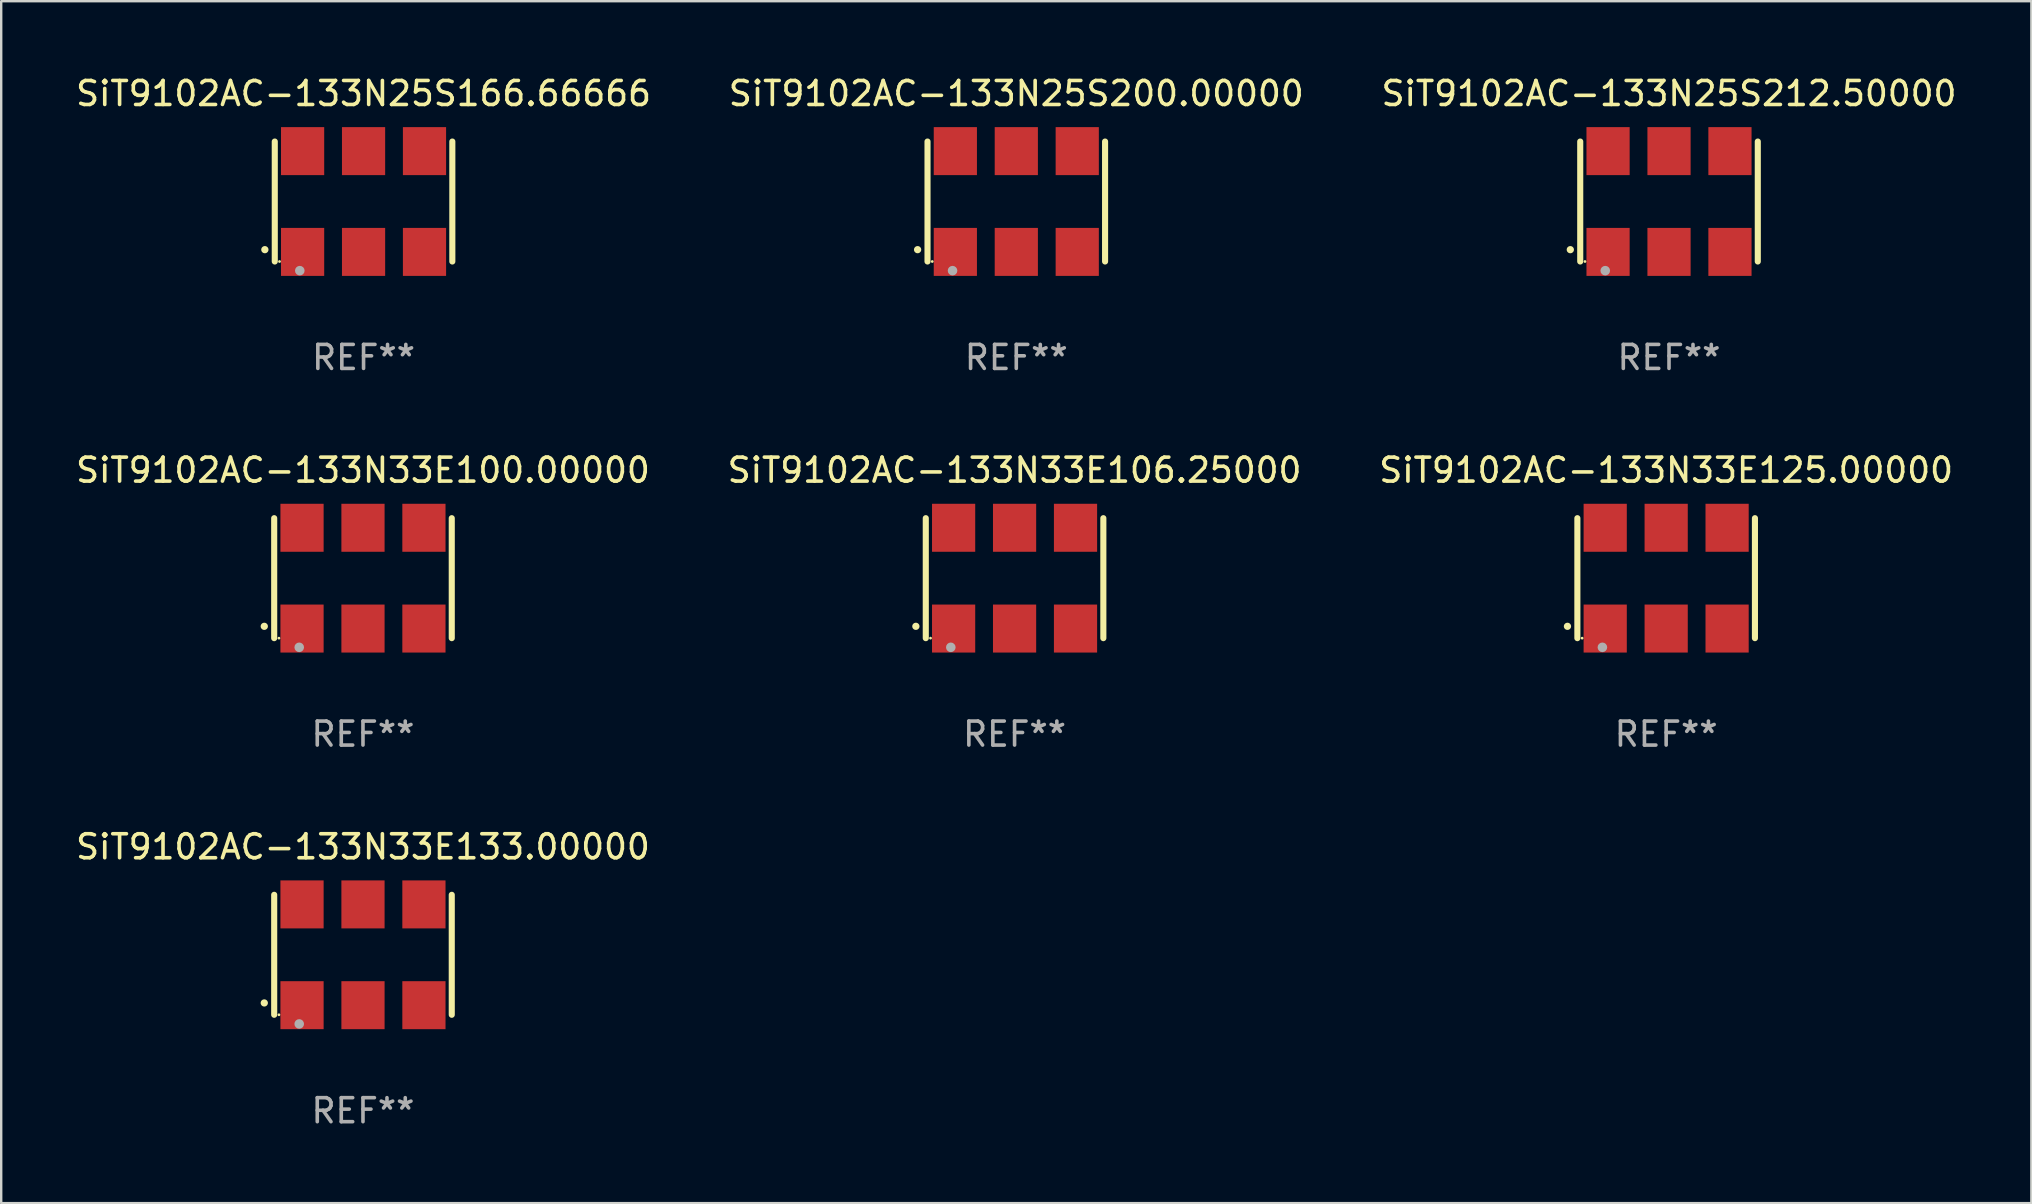
<source format=kicad_pcb>
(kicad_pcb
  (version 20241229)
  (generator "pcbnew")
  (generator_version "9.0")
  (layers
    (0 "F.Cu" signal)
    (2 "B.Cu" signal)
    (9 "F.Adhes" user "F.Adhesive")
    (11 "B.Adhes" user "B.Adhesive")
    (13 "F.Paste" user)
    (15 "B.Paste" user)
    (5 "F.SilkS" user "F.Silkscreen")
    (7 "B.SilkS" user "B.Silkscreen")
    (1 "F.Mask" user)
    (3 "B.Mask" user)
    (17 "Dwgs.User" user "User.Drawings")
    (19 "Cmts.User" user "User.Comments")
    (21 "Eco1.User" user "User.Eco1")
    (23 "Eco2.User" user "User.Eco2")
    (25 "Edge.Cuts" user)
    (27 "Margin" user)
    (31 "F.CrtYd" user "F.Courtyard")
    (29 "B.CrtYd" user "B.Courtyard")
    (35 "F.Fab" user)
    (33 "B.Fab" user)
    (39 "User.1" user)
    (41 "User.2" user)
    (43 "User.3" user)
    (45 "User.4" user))
  (footprint "SiT9102AC-133N25S166.66666"
    (layer "F.Cu")
    (at 12.101 5.348)
    (property "Reference" "SiT9102AC-133N25S166.66666" (at 0 -4.5 0) (layer "F.SilkS") (effects (font (size 1 1) (thickness 0.15))))
    (attr through_hole)
    (fp_line (start -3.7 -2.5) (end -3.7 2.5) (stroke (width 0.254) (type solid)) (layer "F.SilkS"))
    (fp_line (start 3.7 -2.5) (end 3.7 2.5) (stroke (width 0.254) (type solid)) (layer "F.SilkS"))
    (fp_arc (start -4.114415 2.006604) (mid -4.113145 2.006599) (end -4.111875 2.006604) (stroke (width 0.3) (type solid)) (layer "F.SilkS"))
    (fp_circle (center -3.502 2.5) (end -3.472 2.5) (stroke (width 0.06) (type solid)) (fill no) (layer "F.SilkS"))
    (fp_circle (center -2.657 2.882) (end -2.557 2.882) (stroke (width 0.2) (type solid)) (fill no) (layer "F.Fab"))
    (fp_text user "REF**" (at 0 6.5 0) (layer "F.Fab") (effects (font (size 1 1) (thickness 0.15))))
    (pad "1" smd rect (at -2.54 2.1) (size 1.8 2) (layers "F.Cu" "F.Mask" "F.Paste"))
    (pad "2" smd rect (at 0.000394 2.1) (size 1.8 2) (layers "F.Cu" "F.Mask" "F.Paste"))
    (pad "3" smd rect (at 2.54 2.1) (size 1.8 2) (layers "F.Cu" "F.Mask" "F.Paste"))
    (pad "4" smd rect (at 2.54 -2.1) (size 1.8 2) (layers "F.Cu" "F.Mask" "F.Paste"))
    (pad "5" smd rect (at 0.000394 -2.1) (size 1.8 2) (layers "F.Cu" "F.Mask" "F.Paste"))
    (pad "6" smd rect (at -2.54 -2.1) (size 1.8 2) (layers "F.Cu" "F.Mask" "F.Paste")))
  (footprint "SiT9102AC-133N25S212.50000"
    (layer "F.Cu")
    (at 66.506 5.348)
    (property "Reference" "SiT9102AC-133N25S212.50000" (at 0 -4.5 0) (layer "F.SilkS") (effects (font (size 1 1) (thickness 0.15))))
    (attr through_hole)
    (fp_line (start -3.7 -2.5) (end -3.7 2.5) (stroke (width 0.254) (type solid)) (layer "F.SilkS"))
    (fp_line (start 3.7 -2.5) (end 3.7 2.5) (stroke (width 0.254) (type solid)) (layer "F.SilkS"))
    (fp_arc (start -4.114415 2.006604) (mid -4.113145 2.006599) (end -4.111875 2.006604) (stroke (width 0.3) (type solid)) (layer "F.SilkS"))
    (fp_circle (center -3.502 2.5) (end -3.472 2.5) (stroke (width 0.06) (type solid)) (fill no) (layer "F.SilkS"))
    (fp_circle (center -2.657 2.882) (end -2.557 2.882) (stroke (width 0.2) (type solid)) (fill no) (layer "F.Fab"))
    (fp_text user "REF**" (at 0 6.5 0) (layer "F.Fab") (effects (font (size 1 1) (thickness 0.15))))
    (pad "1" smd rect (at -2.54 2.1) (size 1.8 2) (layers "F.Cu" "F.Mask" "F.Paste"))
    (pad "2" smd rect (at 0.000394 2.1) (size 1.8 2) (layers "F.Cu" "F.Mask" "F.Paste"))
    (pad "3" smd rect (at 2.54 2.1) (size 1.8 2) (layers "F.Cu" "F.Mask" "F.Paste"))
    (pad "4" smd rect (at 2.54 -2.1) (size 1.8 2) (layers "F.Cu" "F.Mask" "F.Paste"))
    (pad "5" smd rect (at 0.000394 -2.1) (size 1.8 2) (layers "F.Cu" "F.Mask" "F.Paste"))
    (pad "6" smd rect (at -2.54 -2.1) (size 1.8 2) (layers "F.Cu" "F.Mask" "F.Paste")))
  (footprint "SiT9102AC-133N33E133.00000"
    (layer "F.Cu")
    (at 12.077 36.741)
    (property "Reference" "SiT9102AC-133N33E133.00000" (at 0 -4.5 0) (layer "F.SilkS") (effects (font (size 1 1) (thickness 0.15))))
    (attr through_hole)
    (fp_line (start -3.7 -2.5) (end -3.7 2.5) (stroke (width 0.254) (type solid)) (layer "F.SilkS"))
    (fp_line (start 3.7 -2.5) (end 3.7 2.5) (stroke (width 0.254) (type solid)) (layer "F.SilkS"))
    (fp_arc (start -4.114415 2.006604) (mid -4.113145 2.006599) (end -4.111875 2.006604) (stroke (width 0.3) (type solid)) (layer "F.SilkS"))
    (fp_circle (center -3.502 2.5) (end -3.472 2.5) (stroke (width 0.06) (type solid)) (fill no) (layer "F.SilkS"))
    (fp_circle (center -2.657 2.882) (end -2.557 2.882) (stroke (width 0.2) (type solid)) (fill no) (layer "F.Fab"))
    (fp_text user "REF**" (at 0 6.5 0) (layer "F.Fab") (effects (font (size 1 1) (thickness 0.15))))
    (pad "1" smd rect (at -2.54 2.1) (size 1.8 2) (layers "F.Cu" "F.Mask" "F.Paste"))
    (pad "2" smd rect (at 0.000394 2.1) (size 1.8 2) (layers "F.Cu" "F.Mask" "F.Paste"))
    (pad "3" smd rect (at 2.54 2.1) (size 1.8 2) (layers "F.Cu" "F.Mask" "F.Paste"))
    (pad "4" smd rect (at 2.54 -2.1) (size 1.8 2) (layers "F.Cu" "F.Mask" "F.Paste"))
    (pad "5" smd rect (at 0.000394 -2.1) (size 1.8 2) (layers "F.Cu" "F.Mask" "F.Paste"))
    (pad "6" smd rect (at -2.54 -2.1) (size 1.8 2) (layers "F.Cu" "F.Mask" "F.Paste")))
  (footprint "SiT9102AC-133N33E125.00000"
    (layer "F.Cu")
    (at 66.387 21.045)
    (property "Reference" "SiT9102AC-133N33E125.00000" (at 0 -4.5 0) (layer "F.SilkS") (effects (font (size 1 1) (thickness 0.15))))
    (attr through_hole)
    (fp_line (start -3.7 -2.5) (end -3.7 2.5) (stroke (width 0.254) (type solid)) (layer "F.SilkS"))
    (fp_line (start 3.7 -2.5) (end 3.7 2.5) (stroke (width 0.254) (type solid)) (layer "F.SilkS"))
    (fp_arc (start -4.114415 2.006604) (mid -4.113145 2.006599) (end -4.111875 2.006604) (stroke (width 0.3) (type solid)) (layer "F.SilkS"))
    (fp_circle (center -3.502 2.5) (end -3.472 2.5) (stroke (width 0.06) (type solid)) (fill no) (layer "F.SilkS"))
    (fp_circle (center -2.657 2.882) (end -2.557 2.882) (stroke (width 0.2) (type solid)) (fill no) (layer "F.Fab"))
    (fp_text user "REF**" (at 0 6.5 0) (layer "F.Fab") (effects (font (size 1 1) (thickness 0.15))))
    (pad "1" smd rect (at -2.54 2.1) (size 1.8 2) (layers "F.Cu" "F.Mask" "F.Paste"))
    (pad "2" smd rect (at 0.000394 2.1) (size 1.8 2) (layers "F.Cu" "F.Mask" "F.Paste"))
    (pad "3" smd rect (at 2.54 2.1) (size 1.8 2) (layers "F.Cu" "F.Mask" "F.Paste"))
    (pad "4" smd rect (at 2.54 -2.1) (size 1.8 2) (layers "F.Cu" "F.Mask" "F.Paste"))
    (pad "5" smd rect (at 0.000394 -2.1) (size 1.8 2) (layers "F.Cu" "F.Mask" "F.Paste"))
    (pad "6" smd rect (at -2.54 -2.1) (size 1.8 2) (layers "F.Cu" "F.Mask" "F.Paste")))
  (footprint "SiT9102AC-133N33E106.25000"
    (layer "F.Cu")
    (at 39.232 21.045)
    (property "Reference" "SiT9102AC-133N33E106.25000" (at 0 -4.5 0) (layer "F.SilkS") (effects (font (size 1 1) (thickness 0.15))))
    (attr through_hole)
    (fp_line (start -3.7 -2.5) (end -3.7 2.5) (stroke (width 0.254) (type solid)) (layer "F.SilkS"))
    (fp_line (start 3.7 -2.5) (end 3.7 2.5) (stroke (width 0.254) (type solid)) (layer "F.SilkS"))
    (fp_arc (start -4.114415 2.006604) (mid -4.113145 2.006599) (end -4.111875 2.006604) (stroke (width 0.3) (type solid)) (layer "F.SilkS"))
    (fp_circle (center -3.502 2.5) (end -3.472 2.5) (stroke (width 0.06) (type solid)) (fill no) (layer "F.SilkS"))
    (fp_circle (center -2.657 2.882) (end -2.557 2.882) (stroke (width 0.2) (type solid)) (fill no) (layer "F.Fab"))
    (fp_text user "REF**" (at 0 6.5 0) (layer "F.Fab") (effects (font (size 1 1) (thickness 0.15))))
    (pad "1" smd rect (at -2.54 2.1) (size 1.8 2) (layers "F.Cu" "F.Mask" "F.Paste"))
    (pad "2" smd rect (at 0.000394 2.1) (size 1.8 2) (layers "F.Cu" "F.Mask" "F.Paste"))
    (pad "3" smd rect (at 2.54 2.1) (size 1.8 2) (layers "F.Cu" "F.Mask" "F.Paste"))
    (pad "4" smd rect (at 2.54 -2.1) (size 1.8 2) (layers "F.Cu" "F.Mask" "F.Paste"))
    (pad "5" smd rect (at 0.000394 -2.1) (size 1.8 2) (layers "F.Cu" "F.Mask" "F.Paste"))
    (pad "6" smd rect (at -2.54 -2.1) (size 1.8 2) (layers "F.Cu" "F.Mask" "F.Paste")))
  (footprint "SiT9102AC-133N25S200.00000"
    (layer "F.Cu")
    (at 39.304 5.348)
    (property "Reference" "SiT9102AC-133N25S200.00000" (at 0 -4.5 0) (layer "F.SilkS") (effects (font (size 1 1) (thickness 0.15))))
    (attr through_hole)
    (fp_line (start -3.7 -2.5) (end -3.7 2.5) (stroke (width 0.254) (type solid)) (layer "F.SilkS"))
    (fp_line (start 3.7 -2.5) (end 3.7 2.5) (stroke (width 0.254) (type solid)) (layer "F.SilkS"))
    (fp_arc (start -4.114415 2.006604) (mid -4.113145 2.006599) (end -4.111875 2.006604) (stroke (width 0.3) (type solid)) (layer "F.SilkS"))
    (fp_circle (center -3.502 2.5) (end -3.472 2.5) (stroke (width 0.06) (type solid)) (fill no) (layer "F.SilkS"))
    (fp_circle (center -2.657 2.882) (end -2.557 2.882) (stroke (width 0.2) (type solid)) (fill no) (layer "F.Fab"))
    (fp_text user "REF**" (at 0 6.5 0) (layer "F.Fab") (effects (font (size 1 1) (thickness 0.15))))
    (pad "1" smd rect (at -2.54 2.1) (size 1.8 2) (layers "F.Cu" "F.Mask" "F.Paste"))
    (pad "2" smd rect (at 0.000394 2.1) (size 1.8 2) (layers "F.Cu" "F.Mask" "F.Paste"))
    (pad "3" smd rect (at 2.54 2.1) (size 1.8 2) (layers "F.Cu" "F.Mask" "F.Paste"))
    (pad "4" smd rect (at 2.54 -2.1) (size 1.8 2) (layers "F.Cu" "F.Mask" "F.Paste"))
    (pad "5" smd rect (at 0.000394 -2.1) (size 1.8 2) (layers "F.Cu" "F.Mask" "F.Paste"))
    (pad "6" smd rect (at -2.54 -2.1) (size 1.8 2) (layers "F.Cu" "F.Mask" "F.Paste")))
  (footprint "SiT9102AC-133N33E100.00000"
    (layer "F.Cu")
    (at 12.077 21.045)
    (property "Reference" "SiT9102AC-133N33E100.00000" (at 0 -4.5 0) (layer "F.SilkS") (effects (font (size 1 1) (thickness 0.15))))
    (attr through_hole)
    (fp_line (start -3.7 -2.5) (end -3.7 2.5) (stroke (width 0.254) (type solid)) (layer "F.SilkS"))
    (fp_line (start 3.7 -2.5) (end 3.7 2.5) (stroke (width 0.254) (type solid)) (layer "F.SilkS"))
    (fp_arc (start -4.114415 2.006604) (mid -4.113145 2.006599) (end -4.111875 2.006604) (stroke (width 0.3) (type solid)) (layer "F.SilkS"))
    (fp_circle (center -3.502 2.5) (end -3.472 2.5) (stroke (width 0.06) (type solid)) (fill no) (layer "F.SilkS"))
    (fp_circle (center -2.657 2.882) (end -2.557 2.882) (stroke (width 0.2) (type solid)) (fill no) (layer "F.Fab"))
    (fp_text user "REF**" (at 0 6.5 0) (layer "F.Fab") (effects (font (size 1 1) (thickness 0.15))))
    (pad "1" smd rect (at -2.54 2.1) (size 1.8 2) (layers "F.Cu" "F.Mask" "F.Paste"))
    (pad "2" smd rect (at 0.000394 2.1) (size 1.8 2) (layers "F.Cu" "F.Mask" "F.Paste"))
    (pad "3" smd rect (at 2.54 2.1) (size 1.8 2) (layers "F.Cu" "F.Mask" "F.Paste"))
    (pad "4" smd rect (at 2.54 -2.1) (size 1.8 2) (layers "F.Cu" "F.Mask" "F.Paste"))
    (pad "5" smd rect (at 0.000394 -2.1) (size 1.8 2) (layers "F.Cu" "F.Mask" "F.Paste"))
    (pad "6" smd rect (at -2.54 -2.1) (size 1.8 2) (layers "F.Cu" "F.Mask" "F.Paste")))
  (gr_rect
    (start -3 -3)
    (end 81.607 47.09)
    (stroke (width 0.1) (type default))
    (fill no)
    (layer "Edge.Cuts")))
</source>
